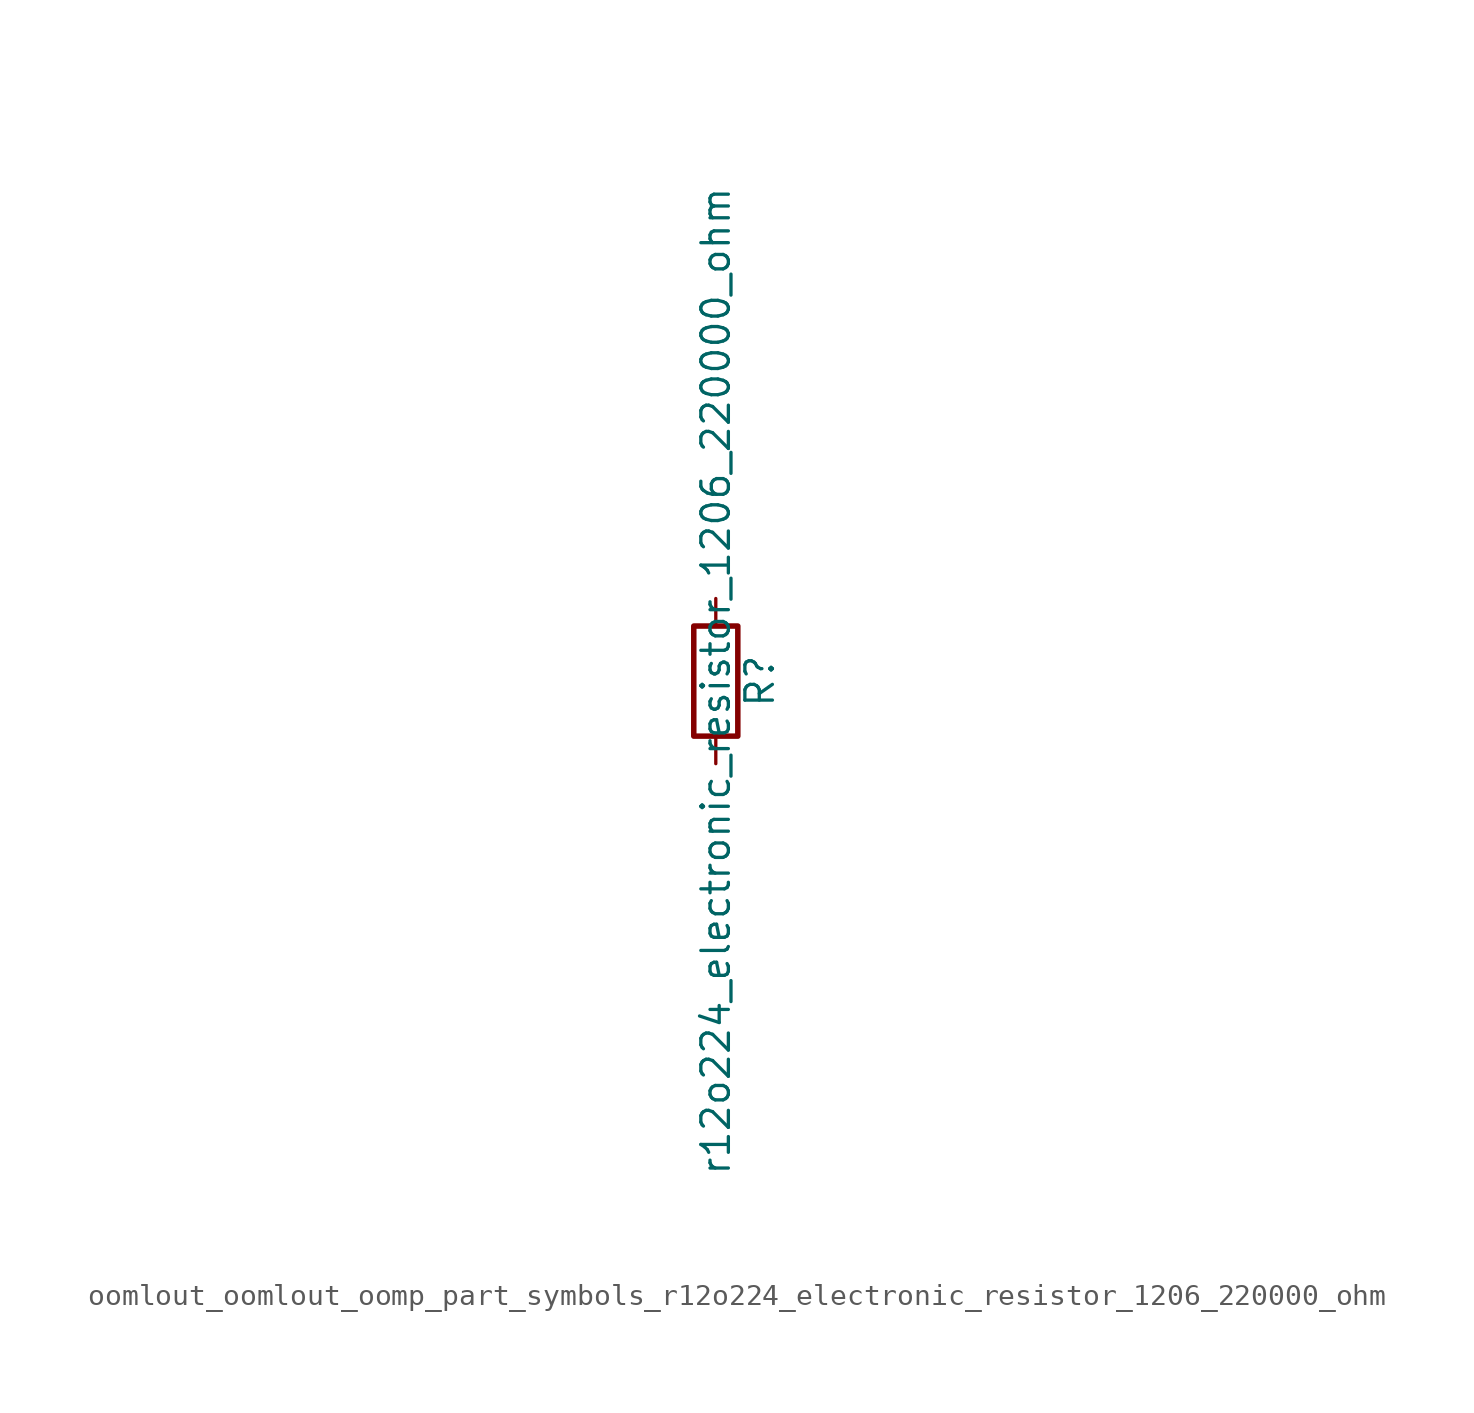
<source format=kicad_sym>
(kicad_symbol_lib
  (version 20220914)
  (generator kicad_symbol_editor)
  (symbol "oomlout_oomlout_oomp_part_symbols_r12o224_electronic_resistor_1206_220000_ohm"
    (pin_numbers hide)
    (pin_names
      (offset 0))
    (property "Reference" "R"
      (at 2.032 0 90)
      (effects (font (size 1.27 1.27))))
    (property "Value" "r12o224_electronic_resistor_1206_220000_ohm"
      (at 0 0 90)
      (effects (font (size 1.27 1.27))))
    (symbol "oomlout_oomlout_oomp_part_symbols_r12o224_electronic_resistor_1206_220000_ohm_0_1"
      (rectangle (start -1.016 -2.54) (end 1.016 2.54) (stroke (width 0.254) (type default)) (fill (type none))))
    (symbol "oomlout_oomlout_oomp_part_symbols_r12o224_electronic_resistor_1206_220000_ohm_1_1"
      (pin passive line (at 0 3.81 270) (length 1.27) (name "~" (effects (font (size 1.27 1.27)))) (number "1" (effects (font (size 1.27 1.27)))))
      (pin passive line (at 0 -3.81 90) (length 1.27) (name "~" (effects (font (size 1.27 1.27)))) (number "2" (effects (font (size 1.27 1.27))))))))
</source>
